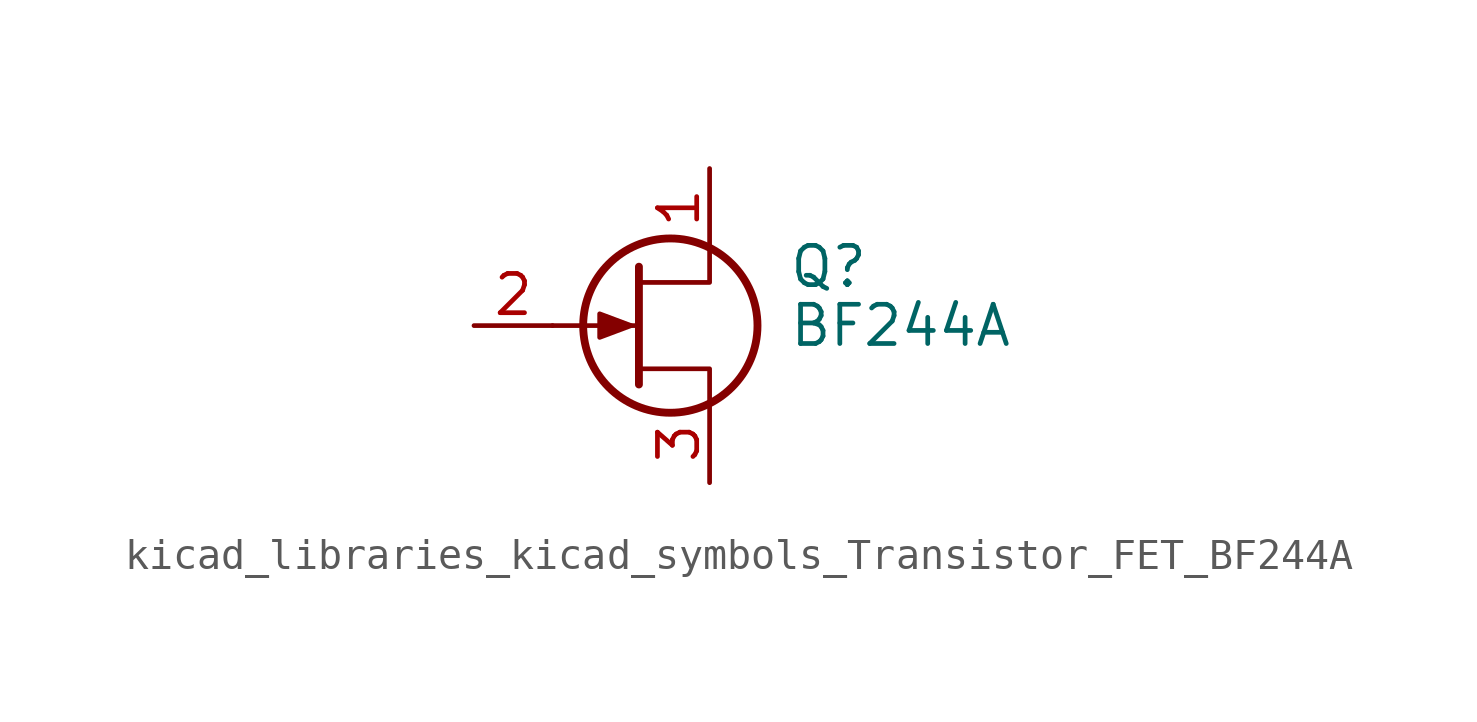
<source format=kicad_sym>
(kicad_symbol_lib
  (version 20220914)
  (generator kicad_symbol_editor)
  (symbol "kicad_libraries_kicad_symbols_Transistor_FET_BF244A"
    (pin_names hide)
    (property "Reference" "Q"
      (at 5.08 1.905 0)
      (effects (font (size 1.27 1.27)) (justify left)))
    (property "Value" "BF244A"
      (at 5.08 0 0)
      (effects (font (size 1.27 1.27)) (justify left)))
    (symbol "kicad_libraries_kicad_symbols_Transistor_FET_BF244A_0_1"
      (polyline (pts (xy 0.254 0) (xy -2.54 0)) (stroke (width 0) (type default)) (fill (type none)))
      (polyline (pts (xy 0.254 1.905) (xy 0.254 -1.905)) (stroke (width 0.254) (type default)) (fill (type none)))
      (polyline (pts (xy 2.54 -2.54) (xy 2.54 -1.397) (xy 0.254 -1.397)) (stroke (width 0) (type default)) (fill (type none)))
      (polyline (pts (xy 2.54 2.54) (xy 2.54 1.397) (xy 0.254 1.397)) (stroke (width 0) (type default)) (fill (type none)))
      (polyline (pts (xy 0 0) (xy -1.016 0.381) (xy -1.016 -0.381) (xy 0 0)) (stroke (width 0) (type default)) (fill (type outline)))
      (circle (center 1.27 0) (radius 2.819) (stroke (width 0.254) (type default)) (fill (type none))))
    (symbol "kicad_libraries_kicad_symbols_Transistor_FET_BF244A_1_1"
      (pin passive line (at 2.54 5.08 270) (length 2.54) (name "D" (effects (font (size 1.27 1.27)))) (number "1" (effects (font (size 1.27 1.27)))))
      (pin input line (at -5.08 0 0) (length 2.54) (name "G" (effects (font (size 1.27 1.27)))) (number "2" (effects (font (size 1.27 1.27)))))
      (pin passive line (at 2.54 -5.08 90) (length 2.54) (name "S" (effects (font (size 1.27 1.27)))) (number "3" (effects (font (size 1.27 1.27))))))))
</source>
